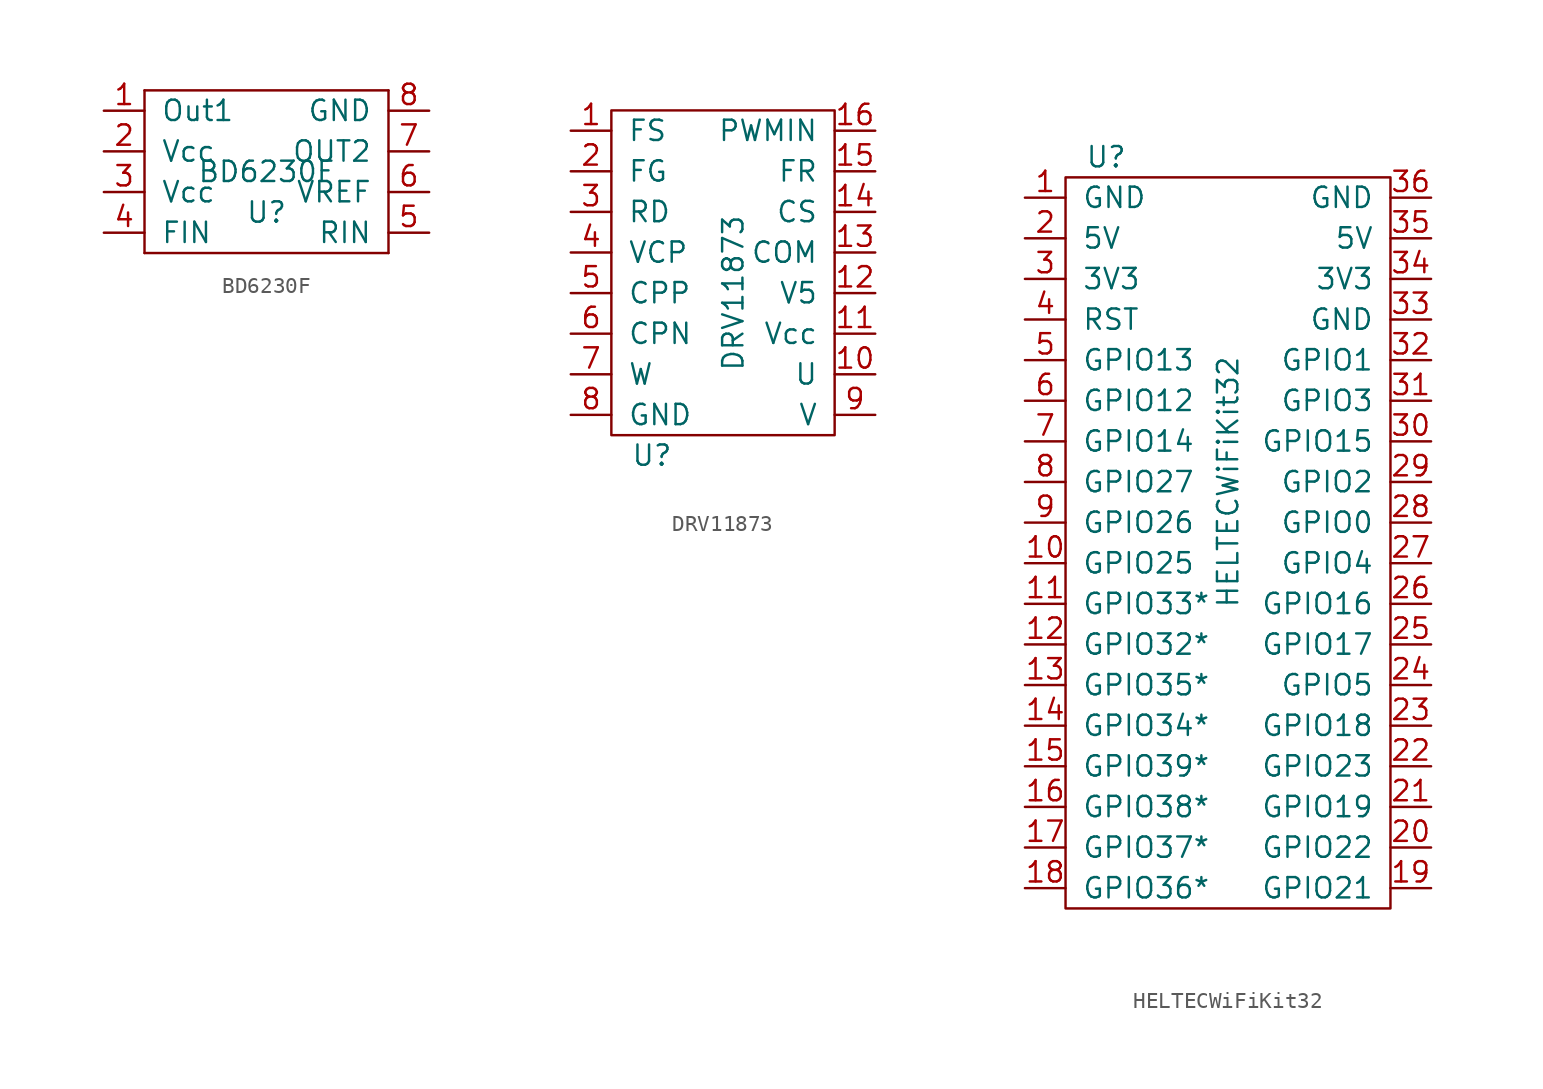
<source format=kicad_sym>
(kicad_symbol_lib
  (version 20220914)
  (generator kicad_symbol_editor)
  (symbol "BD6230F"
    (pin_names
      (offset 1.016))
    (property "Reference" "U"
      (at 0 -1.27 0)
      (effects (font (size 1.27 1.27))))
    (property "Value" "BD6230F"
      (at 0 1.27 0)
      (effects (font (size 1.27 1.27))))
    (symbol "BD6230F_0_1"
      (rectangle (start -7.62 -3.81) (end 7.62 -3.81) (stroke (width 0) (type solid)) (fill (type none)))
      (rectangle (start -7.62 6.35) (end -7.62 -3.81) (stroke (width 0) (type solid)) (fill (type none)))
      (rectangle (start 7.62 -3.81) (end 7.62 6.35) (stroke (width 0) (type solid)) (fill (type none)))
      (rectangle (start 7.62 6.35) (end -7.62 6.35) (stroke (width 0) (type solid)) (fill (type none))))
    (symbol "BD6230F_1_1"
      (pin output line (at -10.16 5.08 0) (length 2.54) (name "Out1" (effects (font (size 1.27 1.27)))) (number "1" (effects (font (size 1.27 1.27)))))
      (pin power_in line (at -10.16 2.54 0) (length 2.54) (name "Vcc" (effects (font (size 1.27 1.27)))) (number "2" (effects (font (size 1.27 1.27)))))
      (pin power_in line (at -10.16 0 0) (length 2.54) (name "Vcc" (effects (font (size 1.27 1.27)))) (number "3" (effects (font (size 1.27 1.27)))))
      (pin input line (at -10.16 -2.54 0) (length 2.54) (name "FIN" (effects (font (size 1.27 1.27)))) (number "4" (effects (font (size 1.27 1.27)))))
      (pin input line (at 10.16 -2.54 180) (length 2.54) (name "RIN" (effects (font (size 1.27 1.27)))) (number "5" (effects (font (size 1.27 1.27)))))
      (pin input line (at 10.16 0 180) (length 2.54) (name "VREF" (effects (font (size 1.27 1.27)))) (number "6" (effects (font (size 1.27 1.27)))))
      (pin output line (at 10.16 2.54 180) (length 2.54) (name "OUT2" (effects (font (size 1.27 1.27)))) (number "7" (effects (font (size 1.27 1.27)))))
      (pin power_in line (at 10.16 5.08 180) (length 2.54) (name "GND" (effects (font (size 1.27 1.27)))) (number "8" (effects (font (size 1.27 1.27)))))))
  (symbol "DRV11873"
    (pin_names
      (offset 1.016))
    (property "Reference" "U"
      (at -5.08 -11.43 0)
      (effects (font (size 1.27 1.27))))
    (property "Value" "DRV11873"
      (at 0 -1.27 90)
      (effects (font (size 1.27 1.27))))
    (symbol "DRV11873_0_1"
      (rectangle (start 6.35 10.16) (end -7.62 -10.16) (stroke (width 0) (type solid)) (fill (type none))))
    (symbol "DRV11873_1_1"
      (pin output line (at -10.16 8.89 0) (length 2.54) (name "FS" (effects (font (size 1.27 1.27)))) (number "1" (effects (font (size 1.27 1.27)))))
      (pin output line (at 8.89 -6.35 180) (length 2.54) (name "U" (effects (font (size 1.27 1.27)))) (number "10" (effects (font (size 1.27 1.27)))))
      (pin power_in line (at 8.89 -3.81 180) (length 2.54) (name "Vcc" (effects (font (size 1.27 1.27)))) (number "11" (effects (font (size 1.27 1.27)))))
      (pin output line (at 8.89 -1.27 180) (length 2.54) (name "V5" (effects (font (size 1.27 1.27)))) (number "12" (effects (font (size 1.27 1.27)))))
      (pin output line (at 8.89 1.27 180) (length 2.54) (name "COM" (effects (font (size 1.27 1.27)))) (number "13" (effects (font (size 1.27 1.27)))))
      (pin output line (at 8.89 3.81 180) (length 2.54) (name "CS" (effects (font (size 1.27 1.27)))) (number "14" (effects (font (size 1.27 1.27)))))
      (pin output line (at 8.89 6.35 180) (length 2.54) (name "FR" (effects (font (size 1.27 1.27)))) (number "15" (effects (font (size 1.27 1.27)))))
      (pin input line (at 8.89 8.89 180) (length 2.54) (name "PWMIN" (effects (font (size 1.27 1.27)))) (number "16" (effects (font (size 1.27 1.27)))))
      (pin output line (at -10.16 6.35 0) (length 2.54) (name "FG" (effects (font (size 1.27 1.27)))) (number "2" (effects (font (size 1.27 1.27)))))
      (pin output line (at -10.16 3.81 0) (length 2.54) (name "RD" (effects (font (size 1.27 1.27)))) (number "3" (effects (font (size 1.27 1.27)))))
      (pin unspecified line (at -10.16 1.27 0) (length 2.54) (name "VCP" (effects (font (size 1.27 1.27)))) (number "4" (effects (font (size 1.27 1.27)))))
      (pin unspecified line (at -10.16 -1.27 0) (length 2.54) (name "CPP" (effects (font (size 1.27 1.27)))) (number "5" (effects (font (size 1.27 1.27)))))
      (pin unspecified line (at -10.16 -3.81 0) (length 2.54) (name "CPN" (effects (font (size 1.27 1.27)))) (number "6" (effects (font (size 1.27 1.27)))))
      (pin output line (at -10.16 -6.35 0) (length 2.54) (name "W" (effects (font (size 1.27 1.27)))) (number "7" (effects (font (size 1.27 1.27)))))
      (pin power_in line (at -10.16 -8.89 0) (length 2.54) (name "GND" (effects (font (size 1.27 1.27)))) (number "8" (effects (font (size 1.27 1.27)))))
      (pin output line (at 8.89 -8.89 180) (length 2.54) (name "V" (effects (font (size 1.27 1.27)))) (number "9" (effects (font (size 1.27 1.27)))))))
  (symbol "HELTECWiFiKit32"
    (pin_names
      (offset 1.016))
    (property "Reference" "U"
      (at -7.62 20.32 0)
      (effects (font (size 1.27 1.27))))
    (property "Value" "HELTECWiFiKit32"
      (at 0 0 90)
      (effects (font (size 1.27 1.27))))
    (symbol "HELTECWiFiKit32_0_1"
      (polyline (pts (xy -10.16 19.05) (xy -10.16 -26.67) (xy 10.16 -26.67) (xy 10.16 19.05) (xy -10.16 19.05)) (stroke (width 0) (type solid)) (fill (type none))))
    (symbol "HELTECWiFiKit32_1_1"
      (pin power_in line (at -12.7 17.78 0) (length 2.54) (name "GND" (effects (font (size 1.27 1.27)))) (number "1" (effects (font (size 1.27 1.27)))))
      (pin bidirectional line (at -12.7 -5.08 0) (length 2.54) (name "GPIO25" (effects (font (size 1.27 1.27)))) (number "10" (effects (font (size 1.27 1.27)))))
      (pin bidirectional line (at -12.7 -7.62 0) (length 2.54) (name "GPIO33*" (effects (font (size 1.27 1.27)))) (number "11" (effects (font (size 1.27 1.27)))))
      (pin bidirectional line (at -12.7 -10.16 0) (length 2.54) (name "GPIO32*" (effects (font (size 1.27 1.27)))) (number "12" (effects (font (size 1.27 1.27)))))
      (pin bidirectional line (at -12.7 -12.7 0) (length 2.54) (name "GPIO35*" (effects (font (size 1.27 1.27)))) (number "13" (effects (font (size 1.27 1.27)))))
      (pin bidirectional line (at -12.7 -15.24 0) (length 2.54) (name "GPIO34*" (effects (font (size 1.27 1.27)))) (number "14" (effects (font (size 1.27 1.27)))))
      (pin bidirectional line (at -12.7 -17.78 0) (length 2.54) (name "GPIO39*" (effects (font (size 1.27 1.27)))) (number "15" (effects (font (size 1.27 1.27)))))
      (pin bidirectional line (at -12.7 -20.32 0) (length 2.54) (name "GPIO38*" (effects (font (size 1.27 1.27)))) (number "16" (effects (font (size 1.27 1.27)))))
      (pin bidirectional line (at -12.7 -22.86 0) (length 2.54) (name "GPIO37*" (effects (font (size 1.27 1.27)))) (number "17" (effects (font (size 1.27 1.27)))))
      (pin bidirectional line (at -12.7 -25.4 0) (length 2.54) (name "GPIO36*" (effects (font (size 1.27 1.27)))) (number "18" (effects (font (size 1.27 1.27)))))
      (pin bidirectional line (at 12.7 -25.4 180) (length 2.54) (name "GPIO21" (effects (font (size 1.27 1.27)))) (number "19" (effects (font (size 1.27 1.27)))))
      (pin power_in line (at -12.7 15.24 0) (length 2.54) (name "5V" (effects (font (size 1.27 1.27)))) (number "2" (effects (font (size 1.27 1.27)))))
      (pin bidirectional line (at 12.7 -22.86 180) (length 2.54) (name "GPIO22" (effects (font (size 1.27 1.27)))) (number "20" (effects (font (size 1.27 1.27)))))
      (pin bidirectional line (at 12.7 -20.32 180) (length 2.54) (name "GPIO19" (effects (font (size 1.27 1.27)))) (number "21" (effects (font (size 1.27 1.27)))))
      (pin bidirectional line (at 12.7 -17.78 180) (length 2.54) (name "GPIO23" (effects (font (size 1.27 1.27)))) (number "22" (effects (font (size 1.27 1.27)))))
      (pin bidirectional line (at 12.7 -15.24 180) (length 2.54) (name "GPIO18" (effects (font (size 1.27 1.27)))) (number "23" (effects (font (size 1.27 1.27)))))
      (pin bidirectional line (at 12.7 -12.7 180) (length 2.54) (name "GPIO5" (effects (font (size 1.27 1.27)))) (number "24" (effects (font (size 1.27 1.27)))))
      (pin bidirectional line (at 12.7 -10.16 180) (length 2.54) (name "GPIO17" (effects (font (size 1.27 1.27)))) (number "25" (effects (font (size 1.27 1.27)))))
      (pin bidirectional line (at 12.7 -7.62 180) (length 2.54) (name "GPIO16" (effects (font (size 1.27 1.27)))) (number "26" (effects (font (size 1.27 1.27)))))
      (pin bidirectional line (at 12.7 -5.08 180) (length 2.54) (name "GPIO4" (effects (font (size 1.27 1.27)))) (number "27" (effects (font (size 1.27 1.27)))))
      (pin bidirectional line (at 12.7 -2.54 180) (length 2.54) (name "GPIO0" (effects (font (size 1.27 1.27)))) (number "28" (effects (font (size 1.27 1.27)))))
      (pin bidirectional line (at 12.7 0 180) (length 2.54) (name "GPIO2" (effects (font (size 1.27 1.27)))) (number "29" (effects (font (size 1.27 1.27)))))
      (pin power_in line (at -12.7 12.7 0) (length 2.54) (name "3V3" (effects (font (size 1.27 1.27)))) (number "3" (effects (font (size 1.27 1.27)))))
      (pin bidirectional line (at 12.7 2.54 180) (length 2.54) (name "GPIO15" (effects (font (size 1.27 1.27)))) (number "30" (effects (font (size 1.27 1.27)))))
      (pin bidirectional line (at 12.7 5.08 180) (length 2.54) (name "GPIO3" (effects (font (size 1.27 1.27)))) (number "31" (effects (font (size 1.27 1.27)))))
      (pin bidirectional line (at 12.7 7.62 180) (length 2.54) (name "GPIO1" (effects (font (size 1.27 1.27)))) (number "32" (effects (font (size 1.27 1.27)))))
      (pin power_in line (at 12.7 10.16 180) (length 2.54) (name "GND" (effects (font (size 1.27 1.27)))) (number "33" (effects (font (size 1.27 1.27)))))
      (pin power_in line (at 12.7 12.7 180) (length 2.54) (name "3V3" (effects (font (size 1.27 1.27)))) (number "34" (effects (font (size 1.27 1.27)))))
      (pin power_in line (at 12.7 15.24 180) (length 2.54) (name "5V" (effects (font (size 1.27 1.27)))) (number "35" (effects (font (size 1.27 1.27)))))
      (pin power_in line (at 12.7 17.78 180) (length 2.54) (name "GND" (effects (font (size 1.27 1.27)))) (number "36" (effects (font (size 1.27 1.27)))))
      (pin input line (at -12.7 10.16 0) (length 2.54) (name "RST" (effects (font (size 1.27 1.27)))) (number "4" (effects (font (size 1.27 1.27)))))
      (pin bidirectional line (at -12.7 7.62 0) (length 2.54) (name "GPIO13" (effects (font (size 1.27 1.27)))) (number "5" (effects (font (size 1.27 1.27)))))
      (pin bidirectional line (at -12.7 5.08 0) (length 2.54) (name "GPIO12" (effects (font (size 1.27 1.27)))) (number "6" (effects (font (size 1.27 1.27)))))
      (pin bidirectional line (at -12.7 2.54 0) (length 2.54) (name "GPIO14" (effects (font (size 1.27 1.27)))) (number "7" (effects (font (size 1.27 1.27)))))
      (pin bidirectional line (at -12.7 0 0) (length 2.54) (name "GPIO27" (effects (font (size 1.27 1.27)))) (number "8" (effects (font (size 1.27 1.27)))))
      (pin bidirectional line (at -12.7 -2.54 0) (length 2.54) (name "GPIO26" (effects (font (size 1.27 1.27)))) (number "9" (effects (font (size 1.27 1.27))))))))
</source>
